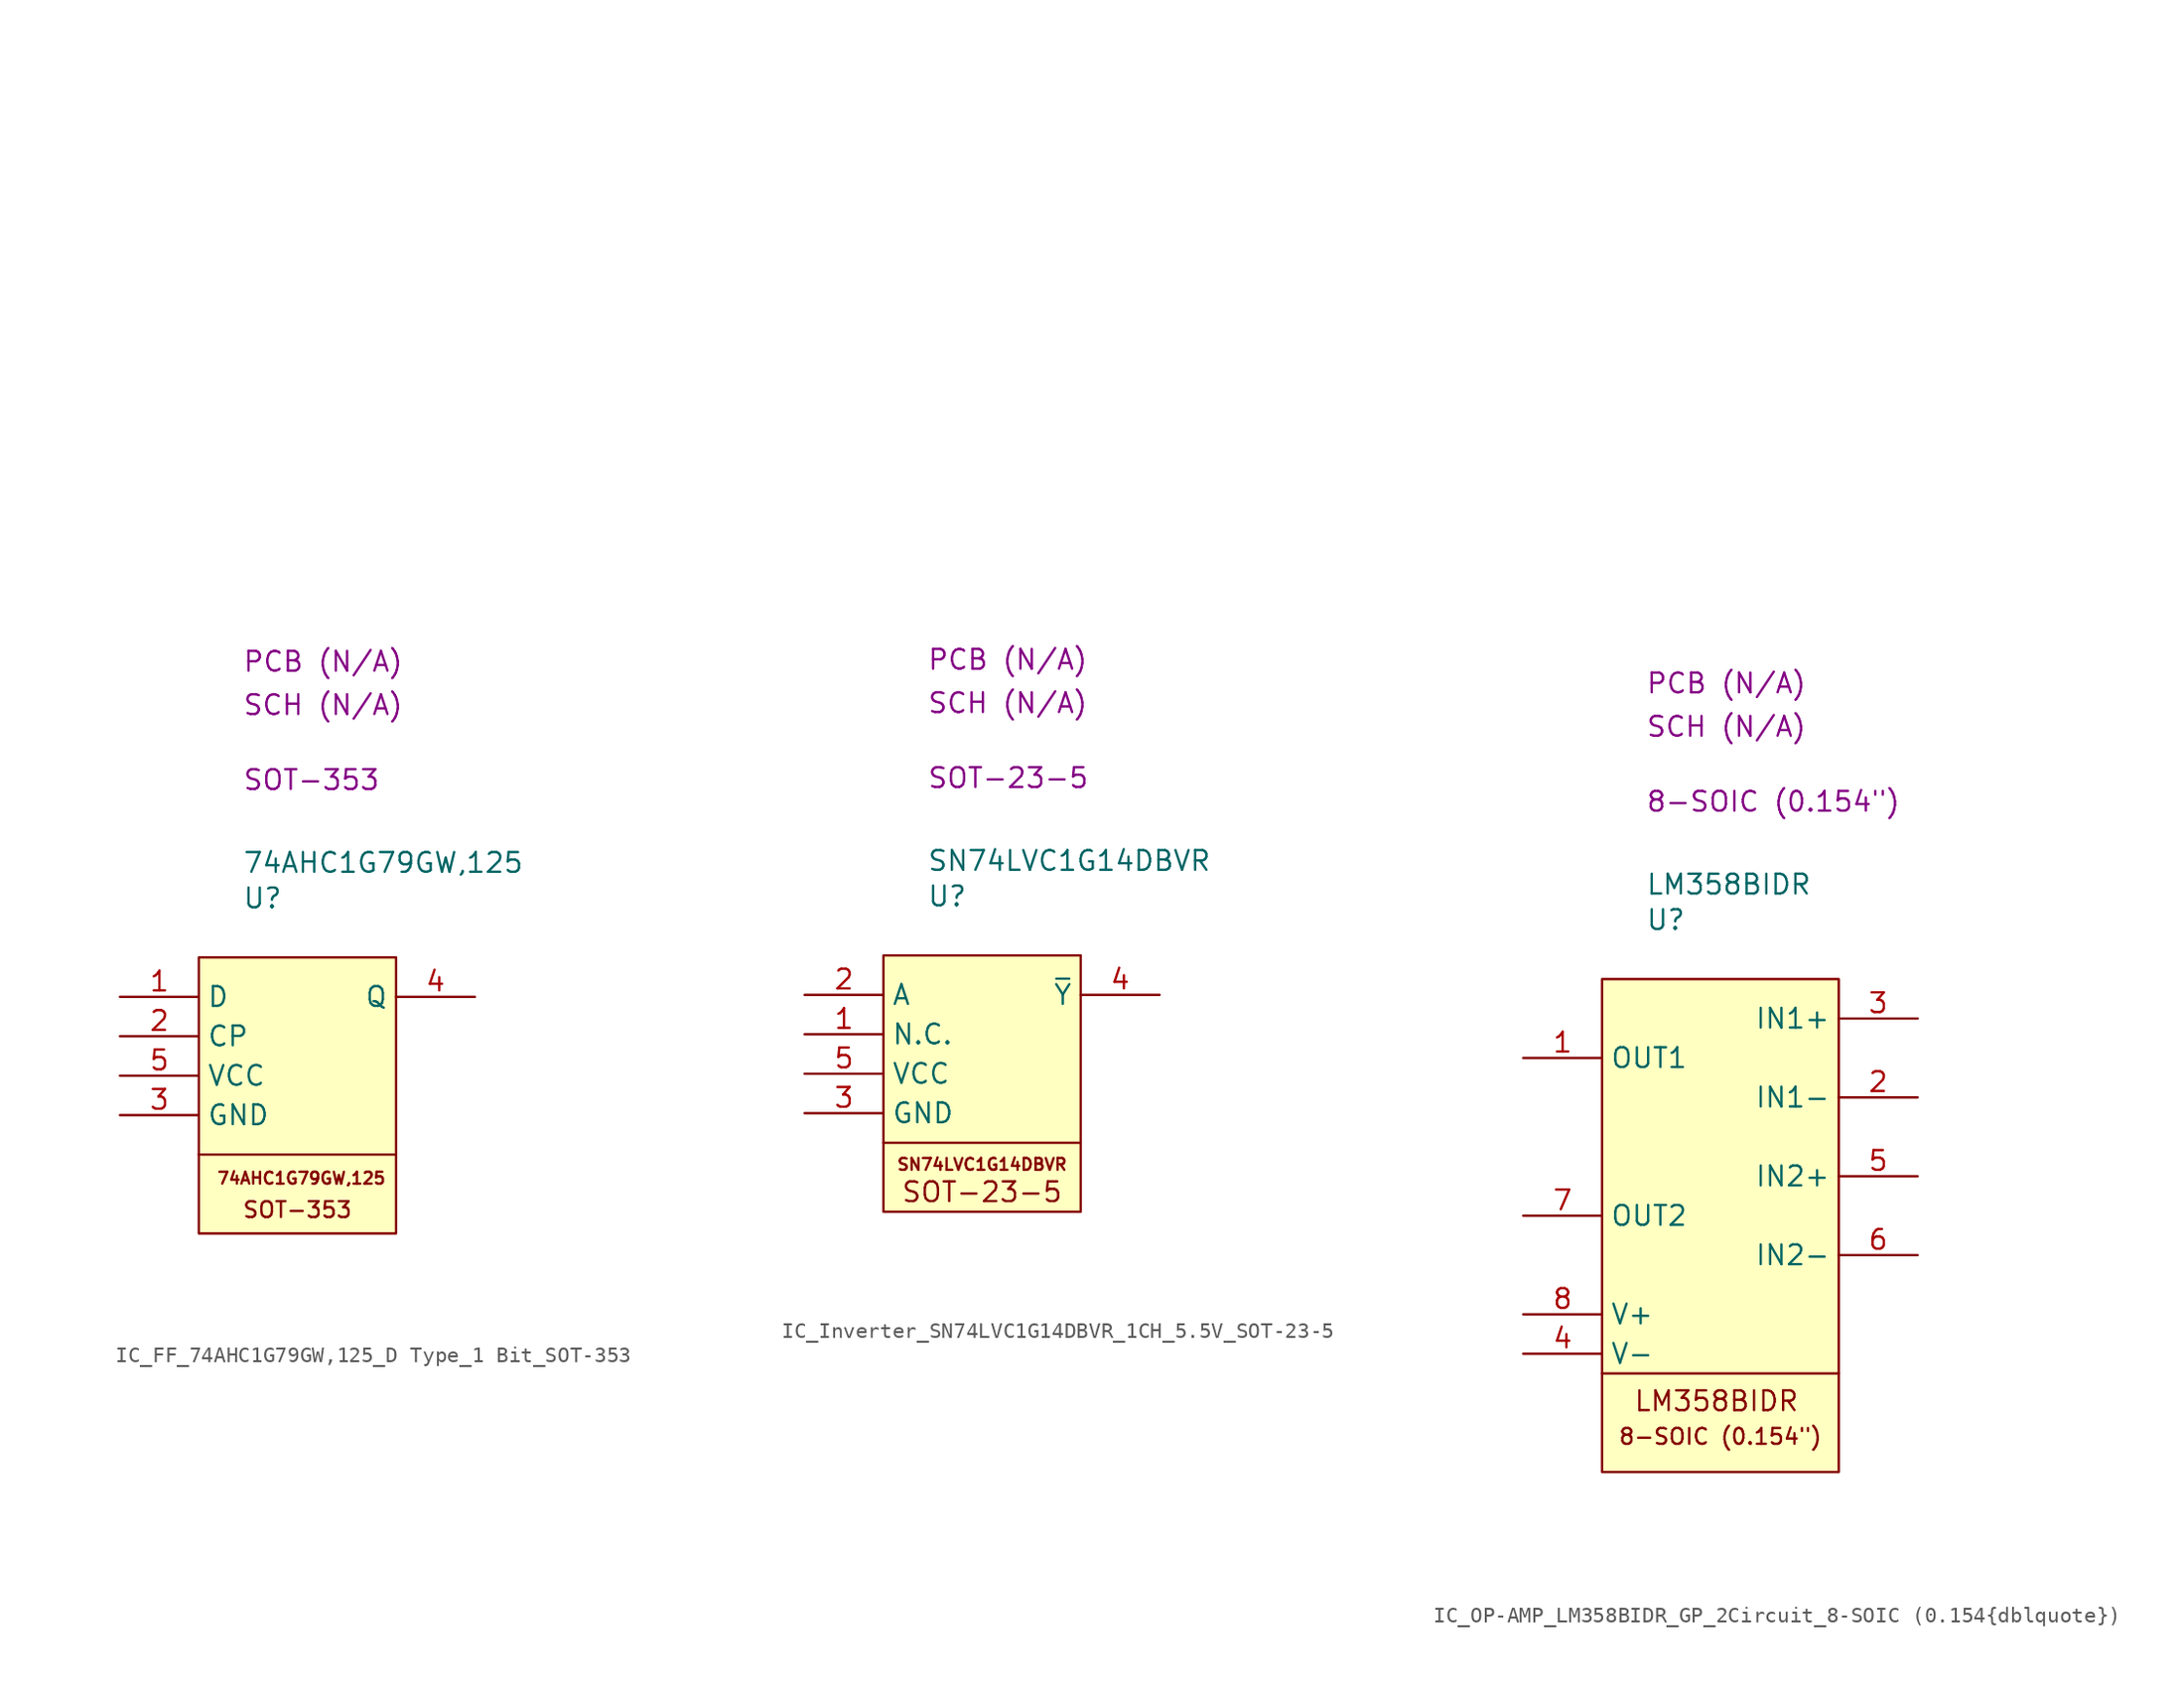
<source format=kicad_sym>
(kicad_symbol_lib
  (version 20231120)
  (generator "kicad_symbol_editor")
  (generator_version "8.0")
  (symbol "IC_FF_74AHC1G79GW,125_D Type_1 Bit_SOT-353"
    (property "Reference" "U"
      (at 2.794 3.81 0)
      (effects (font (size 1.27 1.27)) (justify left)))
    (property "Value" "74AHC1G79GW,125"
      (at 2.794 6.096 0)
      (effects (font (size 1.27 1.27)) (justify left)))
    (property "Package" "SOT-353"
      (at 2.794 11.43 0)
      (effects (font (size 1.27 1.27)) (justify left)))
    (property "SCH CHECK" "SCH (N/A)"
      (at 2.794 16.256 0)
      (effects (font (size 1.27 1.27)) (justify left)))
    (property "PCB CHECk" "PCB (N/A)"
      (at 2.794 19.05 0)
      (effects (font (size 1.27 1.27)) (justify left)))
    (symbol "IC_FF_74AHC1G79GW,125_D Type_1 Bit_SOT-353_0_1"
      (polyline private (pts (xy 2.54 2.54) (xy 27.94 2.54)) (stroke (width 0) (type default)) (fill (type none)))
      (polyline private (pts (xy 2.54 5.08) (xy 27.94 5.08)) (stroke (width 0) (type default)) (fill (type none)))
      (polyline private (pts (xy 2.54 7.62) (xy 27.94 7.62)) (stroke (width 0) (type default)) (fill (type none)))
      (polyline private (pts (xy 2.54 10.16) (xy 27.94 10.16)) (stroke (width 0) (type default)) (fill (type none)))
      (polyline private (pts (xy 2.54 12.7) (xy 27.94 12.7)) (stroke (width 0) (type default)) (fill (type none)))
      (polyline private (pts (xy 2.54 15.24) (xy 27.94 15.24)) (stroke (width 0) (type default)) (fill (type none)))
      (polyline private (pts (xy 2.54 17.78) (xy 27.94 17.78)) (stroke (width 0) (type default)) (fill (type none)))
      (polyline private (pts (xy 2.54 20.32) (xy 27.94 20.32)) (stroke (width 0) (type default)) (fill (type none)))
      (polyline private (pts (xy 2.54 22.86) (xy 27.94 22.86)) (stroke (width 0) (type default)) (fill (type none)))
      (polyline private (pts (xy 2.54 25.4) (xy 27.94 25.4)) (stroke (width 0) (type default)) (fill (type none)))
      (polyline private (pts (xy 2.54 27.94) (xy 27.94 27.94)) (stroke (width 0) (type default)) (fill (type none)))
      (polyline private (pts (xy 2.54 30.48) (xy 27.94 30.48)) (stroke (width 0) (type default)) (fill (type none)))
      (polyline private (pts (xy 2.54 33.02) (xy 27.94 33.02)) (stroke (width 0) (type default)) (fill (type none)))
      (polyline private (pts (xy 2.54 35.56) (xy 27.94 35.56)) (stroke (width 0) (type default)) (fill (type none)))
      (polyline private (pts (xy 2.54 38.1) (xy 27.94 38.1)) (stroke (width 0) (type default)) (fill (type none)))
      (polyline private (pts (xy 2.54 40.64) (xy 27.94 40.64)) (stroke (width 0) (type default)) (fill (type none)))
      (polyline private (pts (xy 2.54 43.18) (xy 27.94 43.18)) (stroke (width 0) (type default)) (fill (type none)))
      (polyline private (pts (xy 2.54 45.72) (xy 27.94 45.72)) (stroke (width 0) (type default)) (fill (type none)))
      (polyline private (pts (xy 2.54 48.26) (xy 27.94 48.26)) (stroke (width 0) (type default)) (fill (type none)))
      (polyline private (pts (xy 2.54 50.8) (xy 27.94 50.8)) (stroke (width 0) (type default)) (fill (type none))))
    (symbol "IC_FF_74AHC1G79GW,125_D Type_1 Bit_SOT-353_1_1"
      (polyline (pts (xy 0 -12.7) (xy 12.7 -12.7)) (stroke (width 0) (type default)) (fill (type none)))
      (rectangle (start 0 0) (end 12.7 -17.78) (stroke (width 0) (type default)) (fill (type background)))
      (text "74AHC1G79GW,125" (at 6.604 -14.224 0) (effects (font (size 0.762 0.762))))
      (text "SOT-353" (at 6.35 -16.256 0) (effects (font (size 1.016 1.016))))
      (pin passive line (at -5.08 -2.54 0) (length 5.08) (name "D" (effects (font (size 1.27 1.27)))) (number "1" (effects (font (size 1.27 1.27)))))
      (pin passive line (at -5.08 -5.08 0) (length 5.08) (name "CP" (effects (font (size 1.27 1.27)))) (number "2" (effects (font (size 1.27 1.27)))))
      (pin passive line (at -5.08 -10.16 0) (length 5.08) (name "GND" (effects (font (size 1.27 1.27)))) (number "3" (effects (font (size 1.27 1.27)))))
      (pin passive line (at 17.78 -2.54 180) (length 5.08) (name "Q" (effects (font (size 1.27 1.27)))) (number "4" (effects (font (size 1.27 1.27)))))
      (pin passive line (at -5.08 -7.62 0) (length 5.08) (name "VCC" (effects (font (size 1.27 1.27)))) (number "5" (effects (font (size 1.27 1.27)))))))
  (symbol "IC_Inverter_SN74LVC1G14DBVR_1CH_5.5V_SOT-23-5"
    (property "Reference" "U"
      (at 2.794 3.81 0)
      (effects (font (size 1.27 1.27)) (justify left)))
    (property "Value" "SN74LVC1G14DBVR"
      (at 2.794 6.096 0)
      (effects (font (size 1.27 1.27)) (justify left)))
    (property "Package" "SOT-23-5"
      (at 2.794 11.43 0)
      (effects (font (size 1.27 1.27)) (justify left)))
    (property "SCH CHECK" "SCH (N/A)"
      (at 2.794 16.256 0)
      (effects (font (size 1.27 1.27)) (justify left)))
    (property "PCB CHECk" "PCB (N/A)"
      (at 2.794 19.05 0)
      (effects (font (size 1.27 1.27)) (justify left)))
    (symbol "IC_Inverter_SN74LVC1G14DBVR_1CH_5.5V_SOT-23-5_0_1"
      (polyline private (pts (xy 2.54 2.54) (xy 27.94 2.54)) (stroke (width 0) (type default)) (fill (type none)))
      (polyline private (pts (xy 2.54 5.08) (xy 27.94 5.08)) (stroke (width 0) (type default)) (fill (type none)))
      (polyline private (pts (xy 2.54 7.62) (xy 27.94 7.62)) (stroke (width 0) (type default)) (fill (type none)))
      (polyline private (pts (xy 2.54 10.16) (xy 27.94 10.16)) (stroke (width 0) (type default)) (fill (type none)))
      (polyline private (pts (xy 2.54 12.7) (xy 27.94 12.7)) (stroke (width 0) (type default)) (fill (type none)))
      (polyline private (pts (xy 2.54 15.24) (xy 27.94 15.24)) (stroke (width 0) (type default)) (fill (type none)))
      (polyline private (pts (xy 2.54 17.78) (xy 27.94 17.78)) (stroke (width 0) (type default)) (fill (type none)))
      (polyline private (pts (xy 2.54 20.32) (xy 27.94 20.32)) (stroke (width 0) (type default)) (fill (type none)))
      (polyline private (pts (xy 2.54 22.86) (xy 27.94 22.86)) (stroke (width 0) (type default)) (fill (type none)))
      (polyline private (pts (xy 2.54 25.4) (xy 27.94 25.4)) (stroke (width 0) (type default)) (fill (type none)))
      (polyline private (pts (xy 2.54 27.94) (xy 27.94 27.94)) (stroke (width 0) (type default)) (fill (type none)))
      (polyline private (pts (xy 2.54 30.48) (xy 27.94 30.48)) (stroke (width 0) (type default)) (fill (type none)))
      (polyline private (pts (xy 2.54 33.02) (xy 27.94 33.02)) (stroke (width 0) (type default)) (fill (type none)))
      (polyline private (pts (xy 2.54 35.56) (xy 27.94 35.56)) (stroke (width 0) (type default)) (fill (type none)))
      (polyline private (pts (xy 2.54 38.1) (xy 27.94 38.1)) (stroke (width 0) (type default)) (fill (type none)))
      (polyline private (pts (xy 2.54 40.64) (xy 27.94 40.64)) (stroke (width 0) (type default)) (fill (type none)))
      (polyline private (pts (xy 2.54 43.18) (xy 27.94 43.18)) (stroke (width 0) (type default)) (fill (type none)))
      (polyline private (pts (xy 2.54 45.72) (xy 27.94 45.72)) (stroke (width 0) (type default)) (fill (type none)))
      (polyline private (pts (xy 2.54 48.26) (xy 27.94 48.26)) (stroke (width 0) (type default)) (fill (type none)))
      (polyline private (pts (xy 2.54 50.8) (xy 27.94 50.8)) (stroke (width 0) (type default)) (fill (type none))))
    (symbol "IC_Inverter_SN74LVC1G14DBVR_1CH_5.5V_SOT-23-5_1_1"
      (polyline (pts (xy 0 -12.065) (xy 12.7 -12.065)) (stroke (width 0) (type default)) (fill (type none)))
      (rectangle (start 0 0) (end 12.7 -16.51) (stroke (width 0) (type default)) (fill (type background)))
      (text "SN74LVC1G14DBVR" (at 6.35 -13.462 0) (effects (font (size 0.762 0.762))))
      (text "SOT-23-5" (at 6.35 -15.24 0) (effects (font (size 1.27 1.27))))
      (pin passive line (at -5.08 -5.08 0) (length 5.08) (name "N.C." (effects (font (size 1.27 1.27)))) (number "1" (effects (font (size 1.27 1.27)))))
      (pin passive line (at -5.08 -2.54 0) (length 5.08) (name "A" (effects (font (size 1.27 1.27)))) (number "2" (effects (font (size 1.27 1.27)))))
      (pin passive line (at -5.08 -10.16 0) (length 5.08) (name "GND" (effects (font (size 1.27 1.27)))) (number "3" (effects (font (size 1.27 1.27)))))
      (pin passive line (at 17.78 -2.54 180) (length 5.08) (name "~{Y}" (effects (font (size 1.27 1.27)))) (number "4" (effects (font (size 1.27 1.27)))))
      (pin passive line (at -5.08 -7.62 0) (length 5.08) (name "VCC" (effects (font (size 1.27 1.27)))) (number "5" (effects (font (size 1.27 1.27)))))))
  (symbol "IC_OP-AMP_LM358BIDR_GP_2Circuit_8-SOIC (0.154{dblquote})"
    (property "Reference" "U"
      (at 2.794 3.81 0)
      (effects (font (size 1.27 1.27)) (justify left)))
    (property "Value" "LM358BIDR"
      (at 2.794 6.096 0)
      (effects (font (size 1.27 1.27)) (justify left)))
    (property "Package" "8-SOIC (0.154\")"
      (at 2.794 11.43 0)
      (effects (font (size 1.27 1.27)) (justify left)))
    (property "SCH CHECK" "SCH (N/A)"
      (at 2.794 16.256 0)
      (effects (font (size 1.27 1.27)) (justify left)))
    (property "PCB CHECk" "PCB (N/A)"
      (at 2.794 19.05 0)
      (effects (font (size 1.27 1.27)) (justify left)))
    (symbol "IC_OP-AMP_LM358BIDR_GP_2Circuit_8-SOIC (0.154{dblquote})_0_1"
      (polyline private (pts (xy 2.54 2.54) (xy 27.94 2.54)) (stroke (width 0) (type default)) (fill (type none)))
      (polyline private (pts (xy 2.54 5.08) (xy 27.94 5.08)) (stroke (width 0) (type default)) (fill (type none)))
      (polyline private (pts (xy 2.54 7.62) (xy 27.94 7.62)) (stroke (width 0) (type default)) (fill (type none)))
      (polyline private (pts (xy 2.54 10.16) (xy 27.94 10.16)) (stroke (width 0) (type default)) (fill (type none)))
      (polyline private (pts (xy 2.54 12.7) (xy 27.94 12.7)) (stroke (width 0) (type default)) (fill (type none)))
      (polyline private (pts (xy 2.54 15.24) (xy 27.94 15.24)) (stroke (width 0) (type default)) (fill (type none)))
      (polyline private (pts (xy 2.54 17.78) (xy 27.94 17.78)) (stroke (width 0) (type default)) (fill (type none)))
      (polyline private (pts (xy 2.54 20.32) (xy 27.94 20.32)) (stroke (width 0) (type default)) (fill (type none)))
      (polyline private (pts (xy 2.54 22.86) (xy 27.94 22.86)) (stroke (width 0) (type default)) (fill (type none)))
      (polyline private (pts (xy 2.54 25.4) (xy 27.94 25.4)) (stroke (width 0) (type default)) (fill (type none)))
      (polyline private (pts (xy 2.54 27.94) (xy 27.94 27.94)) (stroke (width 0) (type default)) (fill (type none)))
      (polyline private (pts (xy 2.54 30.48) (xy 27.94 30.48)) (stroke (width 0) (type default)) (fill (type none)))
      (polyline private (pts (xy 2.54 33.02) (xy 27.94 33.02)) (stroke (width 0) (type default)) (fill (type none)))
      (polyline private (pts (xy 2.54 35.56) (xy 27.94 35.56)) (stroke (width 0) (type default)) (fill (type none)))
      (polyline private (pts (xy 2.54 38.1) (xy 27.94 38.1)) (stroke (width 0) (type default)) (fill (type none)))
      (polyline private (pts (xy 2.54 40.64) (xy 27.94 40.64)) (stroke (width 0) (type default)) (fill (type none)))
      (polyline private (pts (xy 2.54 43.18) (xy 27.94 43.18)) (stroke (width 0) (type default)) (fill (type none)))
      (polyline private (pts (xy 2.54 45.72) (xy 27.94 45.72)) (stroke (width 0) (type default)) (fill (type none)))
      (polyline private (pts (xy 2.54 48.26) (xy 27.94 48.26)) (stroke (width 0) (type default)) (fill (type none)))
      (polyline private (pts (xy 2.54 50.8) (xy 27.94 50.8)) (stroke (width 0) (type default)) (fill (type none))))
    (symbol "IC_OP-AMP_LM358BIDR_GP_2Circuit_8-SOIC (0.154{dblquote})_1_1"
      (polyline (pts (xy 0 -25.4) (xy 15.24 -25.4)) (stroke (width 0) (type default)) (fill (type none)))
      (rectangle (start 0 0) (end 15.24 -31.75) (stroke (width 0) (type default)) (fill (type background)))
      (text "8-SOIC (0.154\")" (at 7.62 -29.464 0) (effects (font (size 1.016 1.016))))
      (text "LM358BIDR" (at 7.366 -27.178 0) (effects (font (size 1.27 1.27))))
      (pin passive line (at -5.08 -5.08 0) (length 5.08) (name "OUT1" (effects (font (size 1.27 1.27)))) (number "1" (effects (font (size 1.27 1.27)))))
      (pin passive line (at 20.32 -7.62 180) (length 5.08) (name "IN1-" (effects (font (size 1.27 1.27)))) (number "2" (effects (font (size 1.27 1.27)))))
      (pin passive line (at 20.32 -2.54 180) (length 5.08) (name "IN1+" (effects (font (size 1.27 1.27)))) (number "3" (effects (font (size 1.27 1.27)))))
      (pin passive line (at -5.08 -24.13 0) (length 5.08) (name "V-" (effects (font (size 1.27 1.27)))) (number "4" (effects (font (size 1.27 1.27)))))
      (pin passive line (at 20.32 -12.7 180) (length 5.08) (name "IN2+" (effects (font (size 1.27 1.27)))) (number "5" (effects (font (size 1.27 1.27)))))
      (pin passive line (at 20.32 -17.78 180) (length 5.08) (name "IN2-" (effects (font (size 1.27 1.27)))) (number "6" (effects (font (size 1.27 1.27)))))
      (pin passive line (at -5.08 -15.24 0) (length 5.08) (name "OUT2" (effects (font (size 1.27 1.27)))) (number "7" (effects (font (size 1.27 1.27)))))
      (pin passive line (at -5.08 -21.59 0) (length 5.08) (name "V+" (effects (font (size 1.27 1.27)))) (number "8" (effects (font (size 1.27 1.27))))))))
</source>
